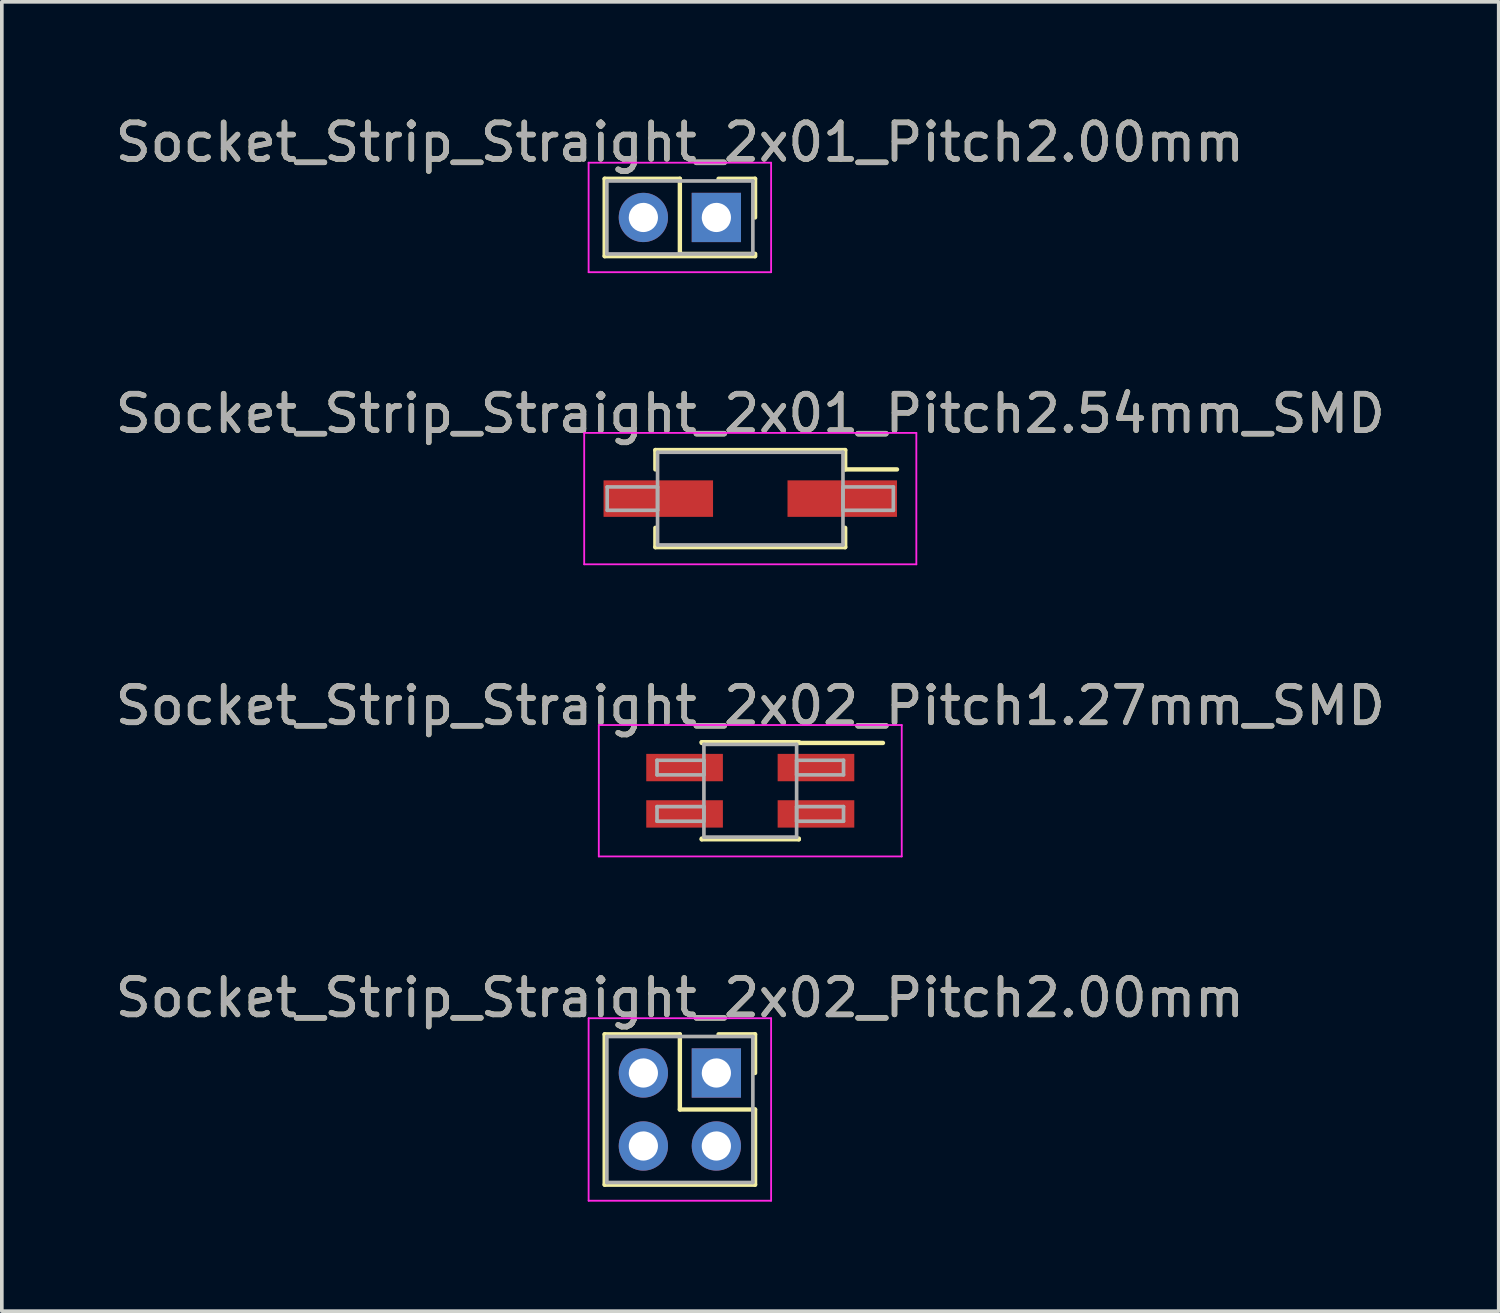
<source format=kicad_pcb>
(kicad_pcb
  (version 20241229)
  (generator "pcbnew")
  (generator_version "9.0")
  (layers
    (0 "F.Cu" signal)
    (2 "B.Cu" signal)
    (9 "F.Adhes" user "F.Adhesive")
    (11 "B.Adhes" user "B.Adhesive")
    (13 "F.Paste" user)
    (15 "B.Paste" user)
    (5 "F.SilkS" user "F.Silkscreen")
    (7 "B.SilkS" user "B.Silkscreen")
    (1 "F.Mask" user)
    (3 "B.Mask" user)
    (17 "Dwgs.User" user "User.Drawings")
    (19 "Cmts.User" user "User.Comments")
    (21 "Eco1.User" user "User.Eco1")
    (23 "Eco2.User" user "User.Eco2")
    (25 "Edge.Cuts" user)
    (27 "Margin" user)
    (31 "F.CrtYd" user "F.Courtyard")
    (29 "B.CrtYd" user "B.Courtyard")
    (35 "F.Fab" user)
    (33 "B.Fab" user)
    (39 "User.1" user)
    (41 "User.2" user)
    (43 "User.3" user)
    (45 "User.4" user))
  (footprint "Socket_Strip_Straight_2x02_Pitch2.00mm"
    (layer "F.Cu")
    (at 16.577 26.348)
    (property "Reference" "Socket_Strip_Straight_2x02_Pitch2.00mm" (at -1 -2.06 0) (layer "F.SilkS") (effects (font (size 1 1) (thickness 0.15))))
    (attr through_hole)
    (fp_line (start -3.06 -1.06) (end -1 -1.06) (stroke (width 0.12) (type solid)) (layer "F.SilkS"))
    (fp_line (start -3.06 3.06) (end -3.06 -1.06) (stroke (width 0.12) (type solid)) (layer "F.SilkS"))
    (fp_line (start -1 -1.06) (end -1 1) (stroke (width 0.12) (type solid)) (layer "F.SilkS"))
    (fp_line (start -1 1) (end 1.06 1) (stroke (width 0.12) (type solid)) (layer "F.SilkS"))
    (fp_line (start 1.06 -1.06) (end 0.06 -1.06) (stroke (width 0.12) (type solid)) (layer "F.SilkS"))
    (fp_line (start 1.06 0) (end 1.06 -1.06) (stroke (width 0.12) (type solid)) (layer "F.SilkS"))
    (fp_line (start 1.06 1) (end 1.06 3.06) (stroke (width 0.12) (type solid)) (layer "F.SilkS"))
    (fp_line (start 1.06 3.06) (end -3.06 3.06) (stroke (width 0.12) (type solid)) (layer "F.SilkS"))
    (fp_line (start -3.5 -1.5) (end -3.5 3.5) (stroke (width 0.05) (type solid)) (layer "F.CrtYd"))
    (fp_line (start -3.5 3.5) (end 1.5 3.5) (stroke (width 0.05) (type solid)) (layer "F.CrtYd"))
    (fp_line (start 1.5 -1.5) (end -3.5 -1.5) (stroke (width 0.05) (type solid)) (layer "F.CrtYd"))
    (fp_line (start 1.5 3.5) (end 1.5 -1.5) (stroke (width 0.05) (type solid)) (layer "F.CrtYd"))
    (fp_line (start -3 -1) (end -3 3) (stroke (width 0.1) (type solid)) (layer "F.Fab"))
    (fp_line (start -3 3) (end 1 3) (stroke (width 0.1) (type solid)) (layer "F.Fab"))
    (fp_line (start 1 -1) (end -3 -1) (stroke (width 0.1) (type solid)) (layer "F.Fab"))
    (fp_line (start 1 3) (end 1 -1) (stroke (width 0.1) (type solid)) (layer "F.Fab"))
    (fp_text user "${REFERENCE}" (at -1 -2.06 0) (layer "F.Fab") (effects (font (size 1 1) (thickness 0.15))))
    (pad "1" thru_hole rect (at 0 0) (size 1.35 1.35) (drill 0.8) (layers "*.Cu" "*.Mask"))
    (pad "2" thru_hole oval (at -2 0) (size 1.35 1.35) (drill 0.8) (layers "*.Cu" "*.Mask"))
    (pad "3" thru_hole oval (at 0 2) (size 1.35 1.35) (drill 0.8) (layers "*.Cu" "*.Mask"))
    (pad "4" thru_hole oval (at -2 2) (size 1.35 1.35) (drill 0.8) (layers "*.Cu" "*.Mask")))
  (footprint "Socket_Strip_Straight_2x01_Pitch2.00mm"
    (layer "F.Cu")
    (at 16.577 2.908)
    (property "Reference" "Socket_Strip_Straight_2x01_Pitch2.00mm" (at -1 -2.06 0) (layer "F.SilkS") (effects (font (size 1 1) (thickness 0.15))))
    (attr through_hole)
    (fp_line (start -3.06 -1.06) (end -1 -1.06) (stroke (width 0.12) (type solid)) (layer "F.SilkS"))
    (fp_line (start -3.06 1.06) (end -3.06 -1.06) (stroke (width 0.12) (type solid)) (layer "F.SilkS"))
    (fp_line (start -1 -1.06) (end -1 1) (stroke (width 0.12) (type solid)) (layer "F.SilkS"))
    (fp_line (start -1 1) (end 1.06 1) (stroke (width 0.12) (type solid)) (layer "F.SilkS"))
    (fp_line (start 1.06 -1.06) (end 0.06 -1.06) (stroke (width 0.12) (type solid)) (layer "F.SilkS"))
    (fp_line (start 1.06 0) (end 1.06 -1.06) (stroke (width 0.12) (type solid)) (layer "F.SilkS"))
    (fp_line (start 1.06 1) (end 1.06 1.06) (stroke (width 0.12) (type solid)) (layer "F.SilkS"))
    (fp_line (start 1.06 1.06) (end -3.06 1.06) (stroke (width 0.12) (type solid)) (layer "F.SilkS"))
    (fp_line (start -3.5 -1.5) (end -3.5 1.5) (stroke (width 0.05) (type solid)) (layer "F.CrtYd"))
    (fp_line (start -3.5 1.5) (end 1.5 1.5) (stroke (width 0.05) (type solid)) (layer "F.CrtYd"))
    (fp_line (start 1.5 -1.5) (end -3.5 -1.5) (stroke (width 0.05) (type solid)) (layer "F.CrtYd"))
    (fp_line (start 1.5 1.5) (end 1.5 -1.5) (stroke (width 0.05) (type solid)) (layer "F.CrtYd"))
    (fp_line (start -3 -1) (end -3 1) (stroke (width 0.1) (type solid)) (layer "F.Fab"))
    (fp_line (start -3 1) (end 1 1) (stroke (width 0.1) (type solid)) (layer "F.Fab"))
    (fp_line (start 1 -1) (end -3 -1) (stroke (width 0.1) (type solid)) (layer "F.Fab"))
    (fp_line (start 1 1) (end 1 -1) (stroke (width 0.1) (type solid)) (layer "F.Fab"))
    (fp_text user "${REFERENCE}" (at -1 -2.06 0) (layer "F.Fab") (effects (font (size 1 1) (thickness 0.15))))
    (pad "1" thru_hole rect (at 0 0) (size 1.35 1.35) (drill 0.8) (layers "*.Cu" "*.Mask"))
    (pad "2" thru_hole oval (at -2 0) (size 1.35 1.35) (drill 0.8) (layers "*.Cu" "*.Mask")))
  (footprint "Socket_Strip_Straight_2x02_Pitch1.27mm_SMD"
    (layer "F.Cu")
    (at 17.506 18.615)
    (property "Reference" "Socket_Strip_Straight_2x02_Pitch1.27mm_SMD" (at 0 -2.33 0) (layer "F.SilkS") (effects (font (size 1 1) (thickness 0.15))))
    (attr smd)
    (fp_line (start -1.33 -1.33) (end 1.33 -1.33) (stroke (width 0.12) (type solid)) (layer "F.SilkS"))
    (fp_line (start -1.33 -1.31) (end -1.33 -1.33) (stroke (width 0.12) (type solid)) (layer "F.SilkS"))
    (fp_line (start -1.33 1.31) (end -1.33 1.33) (stroke (width 0.12) (type solid)) (layer "F.SilkS"))
    (fp_line (start -1.33 1.33) (end 1.33 1.33) (stroke (width 0.12) (type solid)) (layer "F.SilkS"))
    (fp_line (start 1.33 -1.33) (end 1.33 -1.31) (stroke (width 0.12) (type solid)) (layer "F.SilkS"))
    (fp_line (start 1.33 1.33) (end 1.33 1.31) (stroke (width 0.12) (type solid)) (layer "F.SilkS"))
    (fp_line (start 3.635 -1.31) (end 1.33 -1.31) (stroke (width 0.12) (type solid)) (layer "F.SilkS"))
    (fp_line (start -4.15 -1.8) (end -4.15 1.8) (stroke (width 0.05) (type solid)) (layer "F.CrtYd"))
    (fp_line (start -4.15 1.8) (end 4.15 1.8) (stroke (width 0.05) (type solid)) (layer "F.CrtYd"))
    (fp_line (start 4.15 -1.8) (end -4.15 -1.8) (stroke (width 0.05) (type solid)) (layer "F.CrtYd"))
    (fp_line (start 4.15 1.8) (end 4.15 -1.8) (stroke (width 0.05) (type solid)) (layer "F.CrtYd"))
    (fp_line (start -2.555 -0.835) (end -1.27 -0.835) (stroke (width 0.1) (type solid)) (layer "F.Fab"))
    (fp_line (start -2.555 -0.435) (end -2.555 -0.835) (stroke (width 0.1) (type solid)) (layer "F.Fab"))
    (fp_line (start -2.555 0.435) (end -1.27 0.435) (stroke (width 0.1) (type solid)) (layer "F.Fab"))
    (fp_line (start -2.555 0.835) (end -2.555 0.435) (stroke (width 0.1) (type solid)) (layer "F.Fab"))
    (fp_line (start -1.27 -1.27) (end -1.27 1.27) (stroke (width 0.1) (type solid)) (layer "F.Fab"))
    (fp_line (start -1.27 -0.835) (end -1.27 -0.435) (stroke (width 0.1) (type solid)) (layer "F.Fab"))
    (fp_line (start -1.27 -0.435) (end -2.555 -0.435) (stroke (width 0.1) (type solid)) (layer "F.Fab"))
    (fp_line (start -1.27 0.435) (end -1.27 0.835) (stroke (width 0.1) (type solid)) (layer "F.Fab"))
    (fp_line (start -1.27 0.835) (end -2.555 0.835) (stroke (width 0.1) (type solid)) (layer "F.Fab"))
    (fp_line (start -1.27 1.27) (end 1.27 1.27) (stroke (width 0.1) (type solid)) (layer "F.Fab"))
    (fp_line (start 1.27 -1.27) (end -1.27 -1.27) (stroke (width 0.1) (type solid)) (layer "F.Fab"))
    (fp_line (start 1.27 -0.835) (end 1.27 -0.435) (stroke (width 0.1) (type solid)) (layer "F.Fab"))
    (fp_line (start 1.27 -0.435) (end 2.555 -0.435) (stroke (width 0.1) (type solid)) (layer "F.Fab"))
    (fp_line (start 1.27 0.435) (end 1.27 0.835) (stroke (width 0.1) (type solid)) (layer "F.Fab"))
    (fp_line (start 1.27 0.835) (end 2.555 0.835) (stroke (width 0.1) (type solid)) (layer "F.Fab"))
    (fp_line (start 1.27 1.27) (end 1.27 -1.27) (stroke (width 0.1) (type solid)) (layer "F.Fab"))
    (fp_line (start 2.555 -0.835) (end 1.27 -0.835) (stroke (width 0.1) (type solid)) (layer "F.Fab"))
    (fp_line (start 2.555 -0.435) (end 2.555 -0.835) (stroke (width 0.1) (type solid)) (layer "F.Fab"))
    (fp_line (start 2.555 0.435) (end 1.27 0.435) (stroke (width 0.1) (type solid)) (layer "F.Fab"))
    (fp_line (start 2.555 0.835) (end 2.555 0.435) (stroke (width 0.1) (type solid)) (layer "F.Fab"))
    (fp_text user "${REFERENCE}" (at 0 -2.33 0) (layer "F.Fab") (effects (font (size 1 1) (thickness 0.15))))
    (pad "1" smd rect (at 1.8 -0.635) (size 2.1 0.75) (layers "F.Cu" "F.Mask" "F.Paste"))
    (pad "2" smd rect (at -1.8 -0.635) (size 2.1 0.75) (layers "F.Cu" "F.Mask" "F.Paste"))
    (pad "3" smd rect (at 1.8 0.635) (size 2.1 0.75) (layers "F.Cu" "F.Mask" "F.Paste"))
    (pad "4" smd rect (at -1.8 0.635) (size 2.1 0.75) (layers "F.Cu" "F.Mask" "F.Paste")))
  (footprint "Socket_Strip_Straight_2x01_Pitch2.54mm_SMD"
    (layer "F.Cu")
    (at 17.506 10.611)
    (property "Reference" "Socket_Strip_Straight_2x01_Pitch2.54mm_SMD" (at 0 -2.33 0) (layer "F.SilkS") (effects (font (size 1 1) (thickness 0.15))))
    (attr smd)
    (fp_line (start -2.6 -1.33) (end 2.6 -1.33) (stroke (width 0.12) (type solid)) (layer "F.SilkS"))
    (fp_line (start -2.6 -0.8) (end -2.6 -1.33) (stroke (width 0.12) (type solid)) (layer "F.SilkS"))
    (fp_line (start -2.6 0.8) (end -2.6 1.33) (stroke (width 0.12) (type solid)) (layer "F.SilkS"))
    (fp_line (start -2.6 1.33) (end 2.6 1.33) (stroke (width 0.12) (type solid)) (layer "F.SilkS"))
    (fp_line (start 2.6 -1.33) (end 2.6 -0.8) (stroke (width 0.12) (type solid)) (layer "F.SilkS"))
    (fp_line (start 2.6 1.33) (end 2.6 0.8) (stroke (width 0.12) (type solid)) (layer "F.SilkS"))
    (fp_line (start 4.02 -0.8) (end 2.6 -0.8) (stroke (width 0.12) (type solid)) (layer "F.SilkS"))
    (fp_line (start -4.55 -1.8) (end -4.55 1.8) (stroke (width 0.05) (type solid)) (layer "F.CrtYd"))
    (fp_line (start -4.55 1.8) (end 4.55 1.8) (stroke (width 0.05) (type solid)) (layer "F.CrtYd"))
    (fp_line (start 4.55 -1.8) (end -4.55 -1.8) (stroke (width 0.05) (type solid)) (layer "F.CrtYd"))
    (fp_line (start 4.55 1.8) (end 4.55 -1.8) (stroke (width 0.05) (type solid)) (layer "F.CrtYd"))
    (fp_line (start -3.92 -0.32) (end -2.54 -0.32) (stroke (width 0.1) (type solid)) (layer "F.Fab"))
    (fp_line (start -3.92 0.32) (end -3.92 -0.32) (stroke (width 0.1) (type solid)) (layer "F.Fab"))
    (fp_line (start -2.54 -1.27) (end -2.54 1.27) (stroke (width 0.1) (type solid)) (layer "F.Fab"))
    (fp_line (start -2.54 -0.32) (end -2.54 0.32) (stroke (width 0.1) (type solid)) (layer "F.Fab"))
    (fp_line (start -2.54 0.32) (end -3.92 0.32) (stroke (width 0.1) (type solid)) (layer "F.Fab"))
    (fp_line (start -2.54 1.27) (end 2.54 1.27) (stroke (width 0.1) (type solid)) (layer "F.Fab"))
    (fp_line (start 2.54 -1.27) (end -2.54 -1.27) (stroke (width 0.1) (type solid)) (layer "F.Fab"))
    (fp_line (start 2.54 -0.32) (end 2.54 0.32) (stroke (width 0.1) (type solid)) (layer "F.Fab"))
    (fp_line (start 2.54 0.32) (end 3.92 0.32) (stroke (width 0.1) (type solid)) (layer "F.Fab"))
    (fp_line (start 2.54 1.27) (end 2.54 -1.27) (stroke (width 0.1) (type solid)) (layer "F.Fab"))
    (fp_line (start 3.92 -0.32) (end 2.54 -0.32) (stroke (width 0.1) (type solid)) (layer "F.Fab"))
    (fp_line (start 3.92 0.32) (end 3.92 -0.32) (stroke (width 0.1) (type solid)) (layer "F.Fab"))
    (fp_text user "${REFERENCE}" (at 0 -2.33 0) (layer "F.Fab") (effects (font (size 1 1) (thickness 0.15))))
    (pad "1" smd rect (at 2.52 0) (size 3 1) (layers "F.Cu" "F.Mask" "F.Paste"))
    (pad "2" smd rect (at -2.52 0) (size 3 1) (layers "F.Cu" "F.Mask" "F.Paste")))
  (gr_rect
    (start -3 -3)
    (end 38.012 32.873)
    (stroke (width 0.1) (type default))
    (fill no)
    (layer "Edge.Cuts")))
</source>
